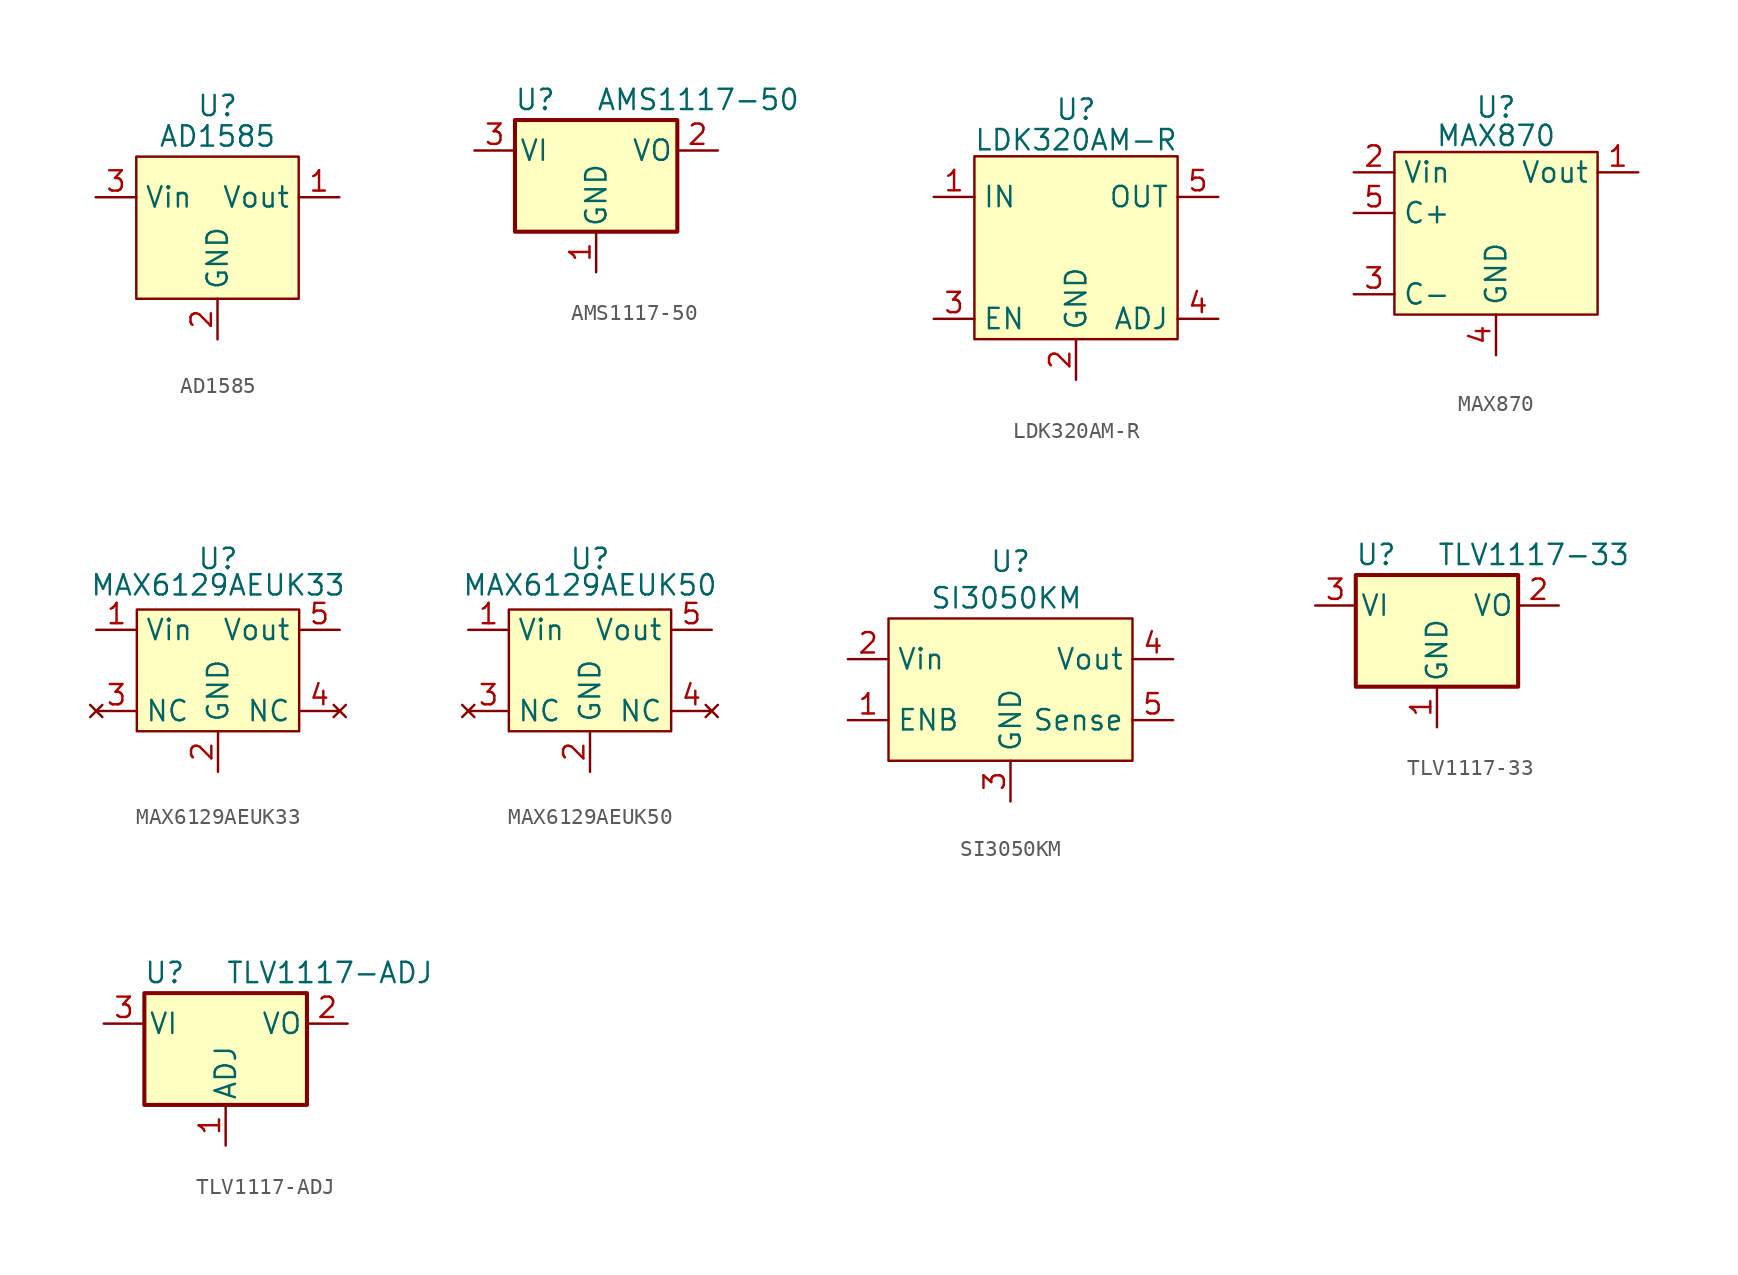
<source format=kicad_sym>
(kicad_symbol_lib
  (version 20231120)
  (generator "kicad_symbol_editor")
  (generator_version "8.0")
  (symbol "AD1585"
    (property "Reference" "U"
      (at 0 5.715 0)
      (effects (font (size 1.27 1.27))))
    (property "Value" "AD1585"
      (at 0 3.81 0)
      (effects (font (size 1.27 1.27))))
    (symbol "AD1585_0_1"
      (rectangle (start -5.08 2.54) (end 5.08 -6.35) (stroke (width 0) (type default)) (fill (type background))))
    (symbol "AD1585_1_1"
      (pin passive line (at 7.62 0 180) (length 2.54) (name "Vout" (effects (font (size 1.27 1.27)))) (number "1" (effects (font (size 1.27 1.27)))))
      (pin power_in line (at 0 -8.89 90) (length 2.54) (name "GND" (effects (font (size 1.27 1.27)))) (number "2" (effects (font (size 1.27 1.27)))))
      (pin input line (at -7.62 0 0) (length 2.54) (name "Vin" (effects (font (size 1.27 1.27)))) (number "3" (effects (font (size 1.27 1.27)))))))
  (symbol "AMS1117-50"
    (pin_names
      (offset 0.254))
    (property "Reference" "U"
      (at -3.81 3.175 0)
      (effects (font (size 1.27 1.27))))
    (property "Value" "AMS1117-50"
      (at 0 3.175 0)
      (effects (font (size 1.27 1.27)) (justify left)))
    (symbol "AMS1117-50_0_1"
      (rectangle (start -5.08 -5.08) (end 5.08 1.905) (stroke (width 0.254) (type default)) (fill (type background))))
    (symbol "AMS1117-50_1_1"
      (pin passive line (at 0 -7.62 90) (length 2.54) (name "GND" (effects (font (size 1.27 1.27)))) (number "1" (effects (font (size 1.27 1.27)))))
      (pin passive line (at 7.62 0 180) (length 2.54) (name "VO" (effects (font (size 1.27 1.27)))) (number "2" (effects (font (size 1.27 1.27)))))
      (pin power_in line (at -7.62 0 0) (length 2.54) (name "VI" (effects (font (size 1.27 1.27)))) (number "3" (effects (font (size 1.27 1.27)))))))
  (symbol "LDK320AM-R"
    (property "Reference" "U"
      (at 0 10.541 0)
      (effects (font (size 1.27 1.27))))
    (property "Value" "LDK320AM-R"
      (at 0 8.636 0)
      (effects (font (size 1.27 1.27))))
    (symbol "LDK320AM-R_0_1"
      (rectangle (start -6.35 7.62) (end 6.35 -3.81) (stroke (width 0) (type default)) (fill (type background))))
    (symbol "LDK320AM-R_1_1"
      (pin power_in line (at -8.89 5.08 0) (length 2.54) (name "IN" (effects (font (size 1.27 1.27)))) (number "1" (effects (font (size 1.27 1.27)))))
      (pin power_in line (at 0 -6.35 90) (length 2.54) (name "GND" (effects (font (size 1.27 1.27)))) (number "2" (effects (font (size 1.27 1.27)))))
      (pin input line (at -8.89 -2.54 0) (length 2.54) (name "EN" (effects (font (size 1.27 1.27)))) (number "3" (effects (font (size 1.27 1.27)))))
      (pin input line (at 8.89 -2.54 180) (length 2.54) (name "ADJ" (effects (font (size 1.27 1.27)))) (number "4" (effects (font (size 1.27 1.27)))))
      (pin passive line (at 8.89 5.08 180) (length 2.54) (name "OUT" (effects (font (size 1.27 1.27)))) (number "5" (effects (font (size 1.27 1.27)))))))
  (symbol "MAX870"
    (property "Reference" "U"
      (at 0 6.604 0)
      (effects (font (size 1.27 1.27))))
    (property "Value" "MAX870"
      (at 0 4.826 0)
      (effects (font (size 1.27 1.27))))
    (symbol "MAX870_1_1"
      (rectangle (start -6.35 3.81) (end 6.35 -6.35) (stroke (width 0) (type default)) (fill (type background)))
      (pin passive line (at 8.89 2.54 180) (length 2.54) (name "Vout" (effects (font (size 1.27 1.27)))) (number "1" (effects (font (size 1.27 1.27)))))
      (pin power_in line (at -8.89 2.54 0) (length 2.54) (name "Vin" (effects (font (size 1.27 1.27)))) (number "2" (effects (font (size 1.27 1.27)))))
      (pin passive line (at -8.89 -5.08 0) (length 2.54) (name "C-" (effects (font (size 1.27 1.27)))) (number "3" (effects (font (size 1.27 1.27)))))
      (pin power_in line (at 0 -8.89 90) (length 2.54) (name "GND" (effects (font (size 1.27 1.27)))) (number "4" (effects (font (size 1.27 1.27)))))
      (pin passive line (at -8.89 0 0) (length 2.54) (name "C+" (effects (font (size 1.27 1.27)))) (number "5" (effects (font (size 1.27 1.27)))))))
  (symbol "MAX6129AEUK33"
    (property "Reference" "U"
      (at 0 5.715 0)
      (effects (font (size 1.27 1.27))))
    (property "Value" "MAX6129AEUK33"
      (at 0 4.064 0)
      (effects (font (size 1.27 1.27))))
    (symbol "MAX6129AEUK33_0_1"
      (rectangle (start -5.08 2.54) (end 5.08 -5.08) (stroke (width 0) (type default)) (fill (type background))))
    (symbol "MAX6129AEUK33_1_1"
      (pin input line (at -7.62 1.27 0) (length 2.54) (name "Vin" (effects (font (size 1.27 1.27)))) (number "1" (effects (font (size 1.27 1.27)))))
      (pin power_in line (at 0 -7.62 90) (length 2.54) (name "GND" (effects (font (size 1.27 1.27)))) (number "2" (effects (font (size 1.27 1.27)))))
      (pin no_connect line (at -7.62 -3.81 0) (length 2.54) (name "NC" (effects (font (size 1.27 1.27)))) (number "3" (effects (font (size 1.27 1.27)))))
      (pin no_connect line (at 7.62 -3.81 180) (length 2.54) (name "NC" (effects (font (size 1.27 1.27)))) (number "4" (effects (font (size 1.27 1.27)))))
      (pin output line (at 7.62 1.27 180) (length 2.54) (name "Vout" (effects (font (size 1.27 1.27)))) (number "5" (effects (font (size 1.27 1.27)))))))
  (symbol "MAX6129AEUK50"
    (property "Reference" "U"
      (at 0 5.715 0)
      (effects (font (size 1.27 1.27))))
    (property "Value" "MAX6129AEUK50"
      (at 0 4.064 0)
      (effects (font (size 1.27 1.27))))
    (symbol "MAX6129AEUK50_0_1"
      (rectangle (start -5.08 2.54) (end 5.08 -5.08) (stroke (width 0) (type default)) (fill (type background))))
    (symbol "MAX6129AEUK50_1_1"
      (pin input line (at -7.62 1.27 0) (length 2.54) (name "Vin" (effects (font (size 1.27 1.27)))) (number "1" (effects (font (size 1.27 1.27)))))
      (pin power_in line (at 0 -7.62 90) (length 2.54) (name "GND" (effects (font (size 1.27 1.27)))) (number "2" (effects (font (size 1.27 1.27)))))
      (pin no_connect line (at -7.62 -3.81 0) (length 2.54) (name "NC" (effects (font (size 1.27 1.27)))) (number "3" (effects (font (size 1.27 1.27)))))
      (pin no_connect line (at 7.62 -3.81 180) (length 2.54) (name "NC" (effects (font (size 1.27 1.27)))) (number "4" (effects (font (size 1.27 1.27)))))
      (pin output line (at 7.62 1.27 180) (length 2.54) (name "Vout" (effects (font (size 1.27 1.27)))) (number "5" (effects (font (size 1.27 1.27)))))))
  (symbol "SI3050KM"
    (property "Reference" "U"
      (at 0 7.366 0)
      (effects (font (size 1.27 1.27))))
    (property "Value" "SI3050KM"
      (at -0.254 5.08 0)
      (effects (font (size 1.27 1.27))))
    (symbol "SI3050KM_1_1"
      (rectangle (start -7.62 3.81) (end 7.62 -5.08) (stroke (width 0) (type default)) (fill (type background)))
      (pin input line (at -10.16 -2.54 0) (length 2.54) (name "ENB" (effects (font (size 1.27 1.27)))) (number "1" (effects (font (size 1.27 1.27)))))
      (pin power_in line (at -10.16 1.27 0) (length 2.54) (name "Vin" (effects (font (size 1.27 1.27)))) (number "2" (effects (font (size 1.27 1.27)))))
      (pin power_in line (at 0 -7.62 90) (length 2.54) (name "GND" (effects (font (size 1.27 1.27)))) (number "3" (effects (font (size 1.27 1.27)))))
      (pin passive line (at 10.16 1.27 180) (length 2.54) (name "Vout" (effects (font (size 1.27 1.27)))) (number "4" (effects (font (size 1.27 1.27)))))
      (pin passive line (at 10.16 -2.54 180) (length 2.54) (name "Sense" (effects (font (size 1.27 1.27)))) (number "5" (effects (font (size 1.27 1.27)))))))
  (symbol "TLV1117-33"
    (pin_names
      (offset 0.254))
    (property "Reference" "U"
      (at -3.81 3.175 0)
      (effects (font (size 1.27 1.27))))
    (property "Value" "TLV1117-33"
      (at 0 3.175 0)
      (effects (font (size 1.27 1.27)) (justify left)))
    (symbol "TLV1117-33_0_1"
      (rectangle (start -5.08 -5.08) (end 5.08 1.905) (stroke (width 0.254) (type default)) (fill (type background))))
    (symbol "TLV1117-33_1_1"
      (pin passive line (at 0 -7.62 90) (length 2.54) (name "GND" (effects (font (size 1.27 1.27)))) (number "1" (effects (font (size 1.27 1.27)))))
      (pin passive line (at 7.62 0 180) (length 2.54) (name "VO" (effects (font (size 1.27 1.27)))) (number "2" (effects (font (size 1.27 1.27)))))
      (pin power_in line (at -7.62 0 0) (length 2.54) (name "VI" (effects (font (size 1.27 1.27)))) (number "3" (effects (font (size 1.27 1.27)))))))
  (symbol "TLV1117-ADJ"
    (pin_names
      (offset 0.254))
    (property "Reference" "U"
      (at -3.81 3.175 0)
      (effects (font (size 1.27 1.27))))
    (property "Value" "TLV1117-ADJ"
      (at 0 3.175 0)
      (effects (font (size 1.27 1.27)) (justify left)))
    (symbol "TLV1117-ADJ_0_1"
      (rectangle (start -5.08 -5.08) (end 5.08 1.905) (stroke (width 0.254) (type default)) (fill (type background))))
    (symbol "TLV1117-ADJ_1_1"
      (pin passive line (at 0 -7.62 90) (length 2.54) (name "ADJ" (effects (font (size 1.27 1.27)))) (number "1" (effects (font (size 1.27 1.27)))))
      (pin passive line (at 7.62 0 180) (length 2.54) (name "VO" (effects (font (size 1.27 1.27)))) (number "2" (effects (font (size 1.27 1.27)))))
      (pin power_in line (at -7.62 0 0) (length 2.54) (name "VI" (effects (font (size 1.27 1.27)))) (number "3" (effects (font (size 1.27 1.27))))))))
</source>
